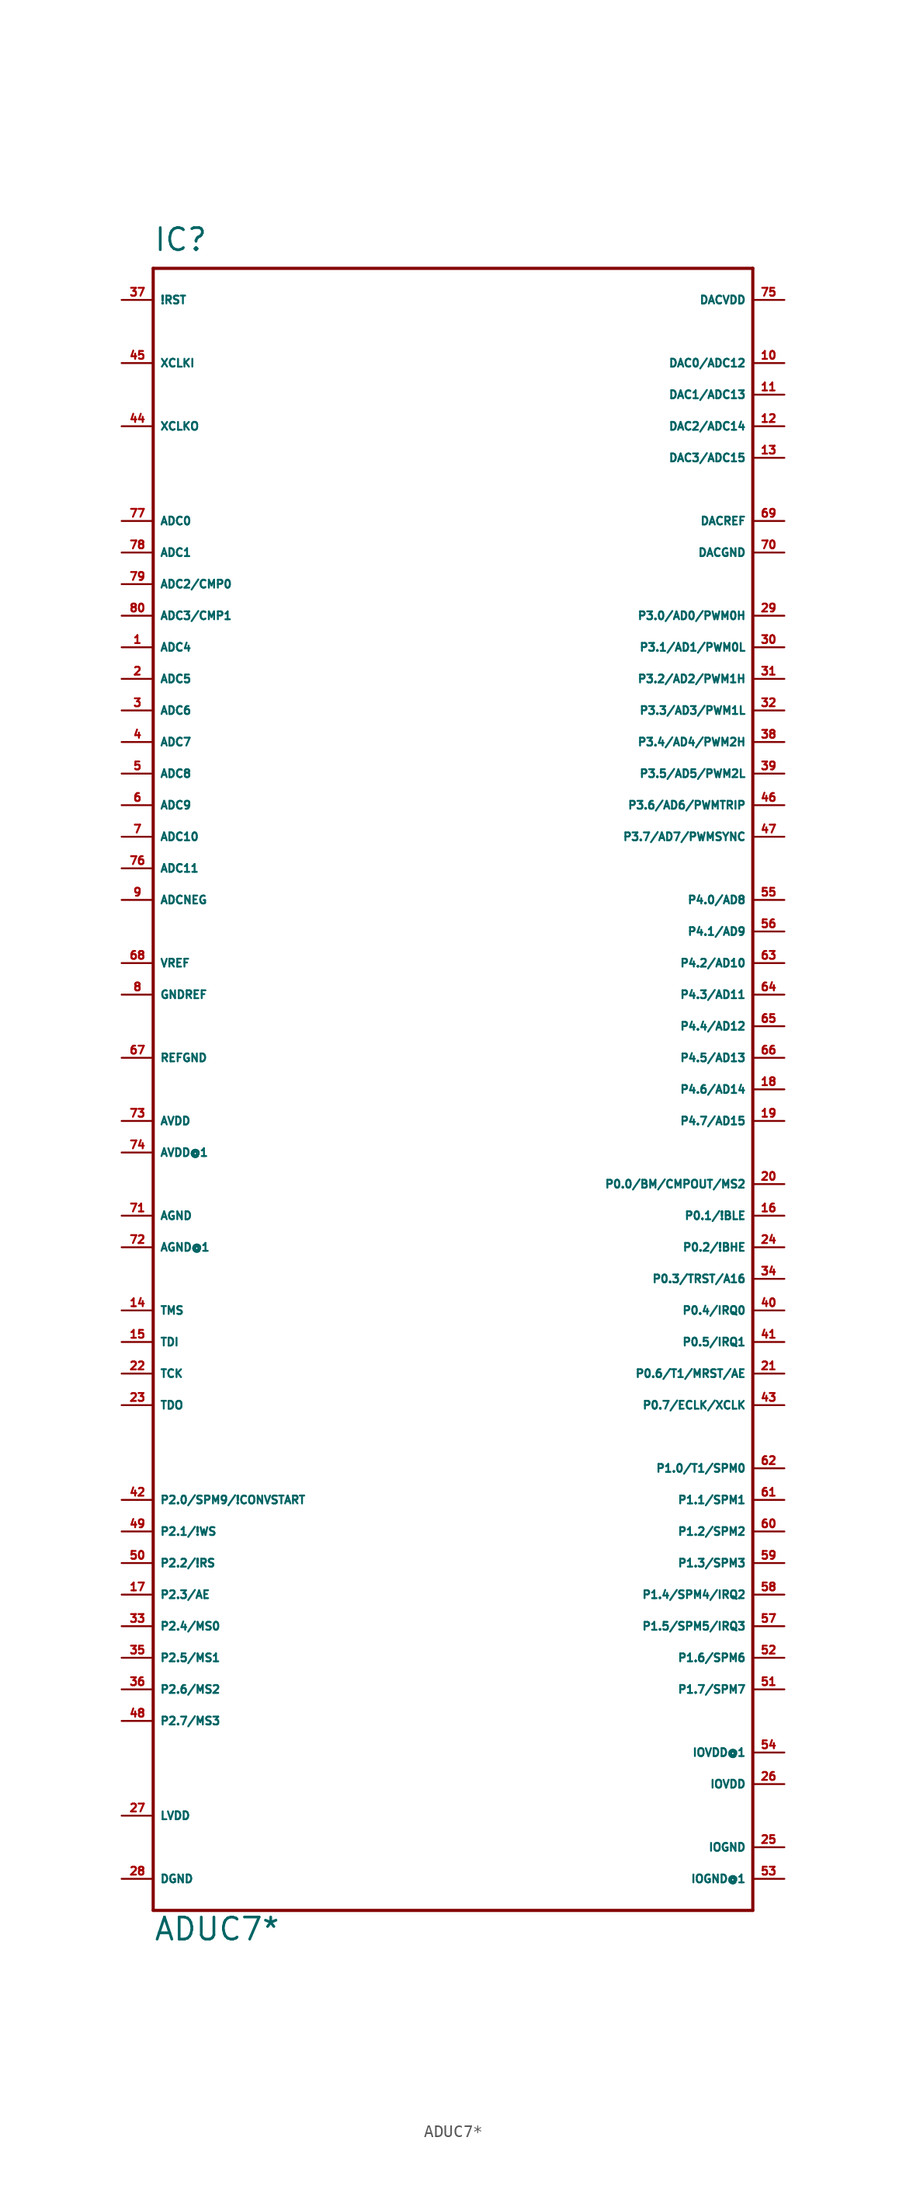
<source format=kicad_sym>
(kicad_symbol_lib
  (version 20220914)
  (generator Eagle2Kicad)
  (symbol "ADUC7*"
    (property "Reference" "IC"
      (at -25.4 67.31 0)
      (effects (font (size 1.778 1.778) (thickness 0.22)) (justify left bottom)))
    (property "Value" "ADUC7*"
      (at -25.4 -68.58 0)
      (effects (font (size 1.778 1.778) (thickness 0.22)) (justify left bottom)))
    (polyline
      (pts (xy -25.4 66.04) (xy 22.86 66.04))
      (stroke (width 0.254) (type default))
      (fill (type none)))
    (polyline
      (pts (xy 22.86 66.04) (xy 22.86 -66.04))
      (stroke (width 0.254) (type default))
      (fill (type none)))
    (polyline
      (pts (xy 22.86 -66.04) (xy -25.4 -66.04))
      (stroke (width 0.254) (type default))
      (fill (type none)))
    (polyline
      (pts (xy -25.4 -66.04) (xy -25.4 66.04))
      (stroke (width 0.254) (type default))
      (fill (type none)))
    (pin input line
      (at -27.94 45.72 0)
      (length 2.54)
      (name "ADC0" (effects (font (size 0.635 0.635) (thickness 0.08)) (justify left bottom)))
      (number "77" (effects (font (size 0.635 0.635) (thickness 0.08)) (justify left bottom))))
    (pin input line
      (at -27.94 43.18 0)
      (length 2.54)
      (name "ADC1" (effects (font (size 0.635 0.635) (thickness 0.08)) (justify left bottom)))
      (number "78" (effects (font (size 0.635 0.635) (thickness 0.08)) (justify left bottom))))
    (pin input line
      (at -27.94 40.64 0)
      (length 2.54)
      (name "ADC2/CMP0" (effects (font (size 0.635 0.635) (thickness 0.08)) (justify left bottom)))
      (number "79" (effects (font (size 0.635 0.635) (thickness 0.08)) (justify left bottom))))
    (pin input line
      (at -27.94 38.1 0)
      (length 2.54)
      (name "ADC3/CMP1" (effects (font (size 0.635 0.635) (thickness 0.08)) (justify left bottom)))
      (number "80" (effects (font (size 0.635 0.635) (thickness 0.08)) (justify left bottom))))
    (pin input line
      (at -27.94 35.56 0)
      (length 2.54)
      (name "ADC4" (effects (font (size 0.635 0.635) (thickness 0.08)) (justify left bottom)))
      (number "1" (effects (font (size 0.635 0.635) (thickness 0.08)) (justify left bottom))))
    (pin input line
      (at -27.94 33.02 0)
      (length 2.54)
      (name "ADC5" (effects (font (size 0.635 0.635) (thickness 0.08)) (justify left bottom)))
      (number "2" (effects (font (size 0.635 0.635) (thickness 0.08)) (justify left bottom))))
    (pin input line
      (at -27.94 30.48 0)
      (length 2.54)
      (name "ADC6" (effects (font (size 0.635 0.635) (thickness 0.08)) (justify left bottom)))
      (number "3" (effects (font (size 0.635 0.635) (thickness 0.08)) (justify left bottom))))
    (pin input line
      (at -27.94 27.94 0)
      (length 2.54)
      (name "ADC7" (effects (font (size 0.635 0.635) (thickness 0.08)) (justify left bottom)))
      (number "4" (effects (font (size 0.635 0.635) (thickness 0.08)) (justify left bottom))))
    (pin input line
      (at -27.94 25.4 0)
      (length 2.54)
      (name "ADC8" (effects (font (size 0.635 0.635) (thickness 0.08)) (justify left bottom)))
      (number "5" (effects (font (size 0.635 0.635) (thickness 0.08)) (justify left bottom))))
    (pin input line
      (at -27.94 22.86 0)
      (length 2.54)
      (name "ADC9" (effects (font (size 0.635 0.635) (thickness 0.08)) (justify left bottom)))
      (number "6" (effects (font (size 0.635 0.635) (thickness 0.08)) (justify left bottom))))
    (pin input line
      (at -27.94 20.32 0)
      (length 2.54)
      (name "ADC10" (effects (font (size 0.635 0.635) (thickness 0.08)) (justify left bottom)))
      (number "7" (effects (font (size 0.635 0.635) (thickness 0.08)) (justify left bottom))))
    (pin input line
      (at -27.94 17.78 0)
      (length 2.54)
      (name "ADC11" (effects (font (size 0.635 0.635) (thickness 0.08)) (justify left bottom)))
      (number "76" (effects (font (size 0.635 0.635) (thickness 0.08)) (justify left bottom))))
    (pin passive line
      (at -27.94 10.16 0)
      (length 2.54)
      (name "VREF" (effects (font (size 0.635 0.635) (thickness 0.08)) (justify left bottom)))
      (number "68" (effects (font (size 0.635 0.635) (thickness 0.08)) (justify left bottom))))
    (pin input line
      (at -27.94 63.5 0)
      (length 2.54)
      (name "!RST" (effects (font (size 0.635 0.635) (thickness 0.08)) (justify left bottom)))
      (number "37" (effects (font (size 0.635 0.635) (thickness 0.08)) (justify left bottom))))
    (pin input line
      (at -27.94 58.42 0)
      (length 2.54)
      (name "XCLKI" (effects (font (size 0.635 0.635) (thickness 0.08)) (justify left bottom)))
      (number "45" (effects (font (size 0.635 0.635) (thickness 0.08)) (justify left bottom))))
    (pin output line
      (at -27.94 53.34 0)
      (length 2.54)
      (name "XCLKO" (effects (font (size 0.635 0.635) (thickness 0.08)) (justify left bottom)))
      (number "44" (effects (font (size 0.635 0.635) (thickness 0.08)) (justify left bottom))))
    (pin input line
      (at 25.4 58.42 180)
      (length 2.54)
      (name "DAC0/ADC12" (effects (font (size 0.635 0.635) (thickness 0.08)) (justify left bottom)))
      (number "10" (effects (font (size 0.635 0.635) (thickness 0.08)) (justify left bottom))))
    (pin input line
      (at 25.4 55.88 180)
      (length 2.54)
      (name "DAC1/ADC13" (effects (font (size 0.635 0.635) (thickness 0.08)) (justify left bottom)))
      (number "11" (effects (font (size 0.635 0.635) (thickness 0.08)) (justify left bottom))))
    (pin input line
      (at 25.4 53.34 180)
      (length 2.54)
      (name "DAC2/ADC14" (effects (font (size 0.635 0.635) (thickness 0.08)) (justify left bottom)))
      (number "12" (effects (font (size 0.635 0.635) (thickness 0.08)) (justify left bottom))))
    (pin input line
      (at 25.4 50.8 180)
      (length 2.54)
      (name "DAC3/ADC15" (effects (font (size 0.635 0.635) (thickness 0.08)) (justify left bottom)))
      (number "13" (effects (font (size 0.635 0.635) (thickness 0.08)) (justify left bottom))))
    (pin output line
      (at 25.4 38.1 180)
      (length 2.54)
      (name "P3.0/AD0/PWM0H" (effects (font (size 0.635 0.635) (thickness 0.08)) (justify left bottom)))
      (number "29" (effects (font (size 0.635 0.635) (thickness 0.08)) (justify left bottom))))
    (pin output line
      (at 25.4 35.56 180)
      (length 2.54)
      (name "P3.1/AD1/PWM0L" (effects (font (size 0.635 0.635) (thickness 0.08)) (justify left bottom)))
      (number "30" (effects (font (size 0.635 0.635) (thickness 0.08)) (justify left bottom))))
    (pin output line
      (at 25.4 33.02 180)
      (length 2.54)
      (name "P3.2/AD2/PWM1H" (effects (font (size 0.635 0.635) (thickness 0.08)) (justify left bottom)))
      (number "31" (effects (font (size 0.635 0.635) (thickness 0.08)) (justify left bottom))))
    (pin output line
      (at 25.4 30.48 180)
      (length 2.54)
      (name "P3.3/AD3/PWM1L" (effects (font (size 0.635 0.635) (thickness 0.08)) (justify left bottom)))
      (number "32" (effects (font (size 0.635 0.635) (thickness 0.08)) (justify left bottom))))
    (pin output line
      (at 25.4 27.94 180)
      (length 2.54)
      (name "P3.4/AD4/PWM2H" (effects (font (size 0.635 0.635) (thickness 0.08)) (justify left bottom)))
      (number "38" (effects (font (size 0.635 0.635) (thickness 0.08)) (justify left bottom))))
    (pin output line
      (at 25.4 25.4 180)
      (length 2.54)
      (name "P3.5/AD5/PWM2L" (effects (font (size 0.635 0.635) (thickness 0.08)) (justify left bottom)))
      (number "39" (effects (font (size 0.635 0.635) (thickness 0.08)) (justify left bottom))))
    (pin input line
      (at -27.94 7.62 0)
      (length 2.54)
      (name "GNDREF" (effects (font (size 0.635 0.635) (thickness 0.08)) (justify left bottom)))
      (number "8" (effects (font (size 0.635 0.635) (thickness 0.08)) (justify left bottom))))
    (pin input line
      (at -27.94 2.54 0)
      (length 2.54)
      (name "REFGND" (effects (font (size 0.635 0.635) (thickness 0.08)) (justify left bottom)))
      (number "67" (effects (font (size 0.635 0.635) (thickness 0.08)) (justify left bottom))))
    (pin unspecified line
      (at -27.94 -10.16 0)
      (length 2.54)
      (name "AGND" (effects (font (size 0.635 0.635) (thickness 0.08)) (justify left bottom)))
      (number "71" (effects (font (size 0.635 0.635) (thickness 0.08)) (justify left bottom))))
    (pin unspecified line
      (at -27.94 -12.7 0)
      (length 2.54)
      (name "AGND@1" (effects (font (size 0.635 0.635) (thickness 0.08)) (justify left bottom)))
      (number "72" (effects (font (size 0.635 0.635) (thickness 0.08)) (justify left bottom))))
    (pin unspecified line
      (at -27.94 -2.54 0)
      (length 2.54)
      (name "AVDD" (effects (font (size 0.635 0.635) (thickness 0.08)) (justify left bottom)))
      (number "73" (effects (font (size 0.635 0.635) (thickness 0.08)) (justify left bottom))))
    (pin unspecified line
      (at -27.94 -5.08 0)
      (length 2.54)
      (name "AVDD@1" (effects (font (size 0.635 0.635) (thickness 0.08)) (justify left bottom)))
      (number "74" (effects (font (size 0.635 0.635) (thickness 0.08)) (justify left bottom))))
    (pin unspecified line
      (at 25.4 -60.96 180)
      (length 2.54)
      (name "IOGND" (effects (font (size 0.635 0.635) (thickness 0.08)) (justify left bottom)))
      (number "25" (effects (font (size 0.635 0.635) (thickness 0.08)) (justify left bottom))))
    (pin unspecified line
      (at 25.4 -55.88 180)
      (length 2.54)
      (name "IOVDD" (effects (font (size 0.635 0.635) (thickness 0.08)) (justify left bottom)))
      (number "26" (effects (font (size 0.635 0.635) (thickness 0.08)) (justify left bottom))))
    (pin unspecified line
      (at 25.4 -53.34 180)
      (length 2.54)
      (name "IOVDD@1" (effects (font (size 0.635 0.635) (thickness 0.08)) (justify left bottom)))
      (number "54" (effects (font (size 0.635 0.635) (thickness 0.08)) (justify left bottom))))
    (pin unspecified line
      (at 25.4 -63.5 180)
      (length 2.54)
      (name "IOGND@1" (effects (font (size 0.635 0.635) (thickness 0.08)) (justify left bottom)))
      (number "53" (effects (font (size 0.635 0.635) (thickness 0.08)) (justify left bottom))))
    (pin unspecified line
      (at -27.94 -63.5 0)
      (length 2.54)
      (name "DGND" (effects (font (size 0.635 0.635) (thickness 0.08)) (justify left bottom)))
      (number "28" (effects (font (size 0.635 0.635) (thickness 0.08)) (justify left bottom))))
    (pin output line
      (at -27.94 -58.42 0)
      (length 2.54)
      (name "LVDD" (effects (font (size 0.635 0.635) (thickness 0.08)) (justify left bottom)))
      (number "27" (effects (font (size 0.635 0.635) (thickness 0.08)) (justify left bottom))))
    (pin unspecified line
      (at 25.4 63.5 180)
      (length 2.54)
      (name "DACVDD" (effects (font (size 0.635 0.635) (thickness 0.08)) (justify left bottom)))
      (number "75" (effects (font (size 0.635 0.635) (thickness 0.08)) (justify left bottom))))
    (pin unspecified line
      (at 25.4 43.18 180)
      (length 2.54)
      (name "DACGND" (effects (font (size 0.635 0.635) (thickness 0.08)) (justify left bottom)))
      (number "70" (effects (font (size 0.635 0.635) (thickness 0.08)) (justify left bottom))))
    (pin input line
      (at 25.4 45.72 180)
      (length 2.54)
      (name "DACREF" (effects (font (size 0.635 0.635) (thickness 0.08)) (justify left bottom)))
      (number "69" (effects (font (size 0.635 0.635) (thickness 0.08)) (justify left bottom))))
    (pin output line
      (at 25.4 22.86 180)
      (length 2.54)
      (name "P3.6/AD6/PWMTRIP" (effects (font (size 0.635 0.635) (thickness 0.08)) (justify left bottom)))
      (number "46" (effects (font (size 0.635 0.635) (thickness 0.08)) (justify left bottom))))
    (pin output line
      (at 25.4 20.32 180)
      (length 2.54)
      (name "P3.7/AD7/PWMSYNC" (effects (font (size 0.635 0.635) (thickness 0.08)) (justify left bottom)))
      (number "47" (effects (font (size 0.635 0.635) (thickness 0.08)) (justify left bottom))))
    (pin bidirectional line
      (at 25.4 -25.4 180)
      (length 2.54)
      (name "P0.7/ECLK/XCLK" (effects (font (size 0.635 0.635) (thickness 0.08)) (justify left bottom)))
      (number "43" (effects (font (size 0.635 0.635) (thickness 0.08)) (justify left bottom))))
    (pin bidirectional line
      (at 25.4 -17.78 180)
      (length 2.54)
      (name "P0.4/IRQ0" (effects (font (size 0.635 0.635) (thickness 0.08)) (justify left bottom)))
      (number "40" (effects (font (size 0.635 0.635) (thickness 0.08)) (justify left bottom))))
    (pin bidirectional line
      (at 25.4 -20.32 180)
      (length 2.54)
      (name "P0.5/IRQ1" (effects (font (size 0.635 0.635) (thickness 0.08)) (justify left bottom)))
      (number "41" (effects (font (size 0.635 0.635) (thickness 0.08)) (justify left bottom))))
    (pin bidirectional line
      (at 25.4 -10.16 180)
      (length 2.54)
      (name "P0.1/!BLE" (effects (font (size 0.635 0.635) (thickness 0.08)) (justify left bottom)))
      (number "16" (effects (font (size 0.635 0.635) (thickness 0.08)) (justify left bottom))))
    (pin bidirectional line
      (at 25.4 -12.7 180)
      (length 2.54)
      (name "P0.2/!BHE" (effects (font (size 0.635 0.635) (thickness 0.08)) (justify left bottom)))
      (number "24" (effects (font (size 0.635 0.635) (thickness 0.08)) (justify left bottom))))
    (pin bidirectional line
      (at 25.4 -15.24 180)
      (length 2.54)
      (name "P0.3/TRST/A16" (effects (font (size 0.635 0.635) (thickness 0.08)) (justify left bottom)))
      (number "34" (effects (font (size 0.635 0.635) (thickness 0.08)) (justify left bottom))))
    (pin bidirectional line
      (at 25.4 -22.86 180)
      (length 2.54)
      (name "P0.6/T1/MRST/AE" (effects (font (size 0.635 0.635) (thickness 0.08)) (justify left bottom)))
      (number "21" (effects (font (size 0.635 0.635) (thickness 0.08)) (justify left bottom))))
    (pin bidirectional line
      (at 25.4 -7.62 180)
      (length 2.54)
      (name "P0.0/BM/CMPOUT/MS2" (effects (font (size 0.635 0.635) (thickness 0.08)) (justify left bottom)))
      (number "20" (effects (font (size 0.635 0.635) (thickness 0.08)) (justify left bottom))))
    (pin bidirectional line
      (at -27.94 -33.02 0)
      (length 2.54)
      (name "P2.0/SPM9/!CONVSTART" (effects (font (size 0.635 0.635) (thickness 0.08)) (justify left bottom)))
      (number "42" (effects (font (size 0.635 0.635) (thickness 0.08)) (justify left bottom))))
    (pin bidirectional line
      (at -27.94 -35.56 0)
      (length 2.54)
      (name "P2.1/!WS" (effects (font (size 0.635 0.635) (thickness 0.08)) (justify left bottom)))
      (number "49" (effects (font (size 0.635 0.635) (thickness 0.08)) (justify left bottom))))
    (pin bidirectional line
      (at -27.94 -38.1 0)
      (length 2.54)
      (name "P2.2/!RS" (effects (font (size 0.635 0.635) (thickness 0.08)) (justify left bottom)))
      (number "50" (effects (font (size 0.635 0.635) (thickness 0.08)) (justify left bottom))))
    (pin bidirectional line
      (at -27.94 -40.64 0)
      (length 2.54)
      (name "P2.3/AE" (effects (font (size 0.635 0.635) (thickness 0.08)) (justify left bottom)))
      (number "17" (effects (font (size 0.635 0.635) (thickness 0.08)) (justify left bottom))))
    (pin bidirectional line
      (at -27.94 -43.18 0)
      (length 2.54)
      (name "P2.4/MS0" (effects (font (size 0.635 0.635) (thickness 0.08)) (justify left bottom)))
      (number "33" (effects (font (size 0.635 0.635) (thickness 0.08)) (justify left bottom))))
    (pin bidirectional line
      (at -27.94 -45.72 0)
      (length 2.54)
      (name "P2.5/MS1" (effects (font (size 0.635 0.635) (thickness 0.08)) (justify left bottom)))
      (number "35" (effects (font (size 0.635 0.635) (thickness 0.08)) (justify left bottom))))
    (pin bidirectional line
      (at -27.94 -48.26 0)
      (length 2.54)
      (name "P2.6/MS2" (effects (font (size 0.635 0.635) (thickness 0.08)) (justify left bottom)))
      (number "36" (effects (font (size 0.635 0.635) (thickness 0.08)) (justify left bottom))))
    (pin bidirectional line
      (at -27.94 -50.8 0)
      (length 2.54)
      (name "P2.7/MS3" (effects (font (size 0.635 0.635) (thickness 0.08)) (justify left bottom)))
      (number "48" (effects (font (size 0.635 0.635) (thickness 0.08)) (justify left bottom))))
    (pin bidirectional line
      (at 25.4 15.24 180)
      (length 2.54)
      (name "P4.0/AD8" (effects (font (size 0.635 0.635) (thickness 0.08)) (justify left bottom)))
      (number "55" (effects (font (size 0.635 0.635) (thickness 0.08)) (justify left bottom))))
    (pin bidirectional line
      (at 25.4 12.7 180)
      (length 2.54)
      (name "P4.1/AD9" (effects (font (size 0.635 0.635) (thickness 0.08)) (justify left bottom)))
      (number "56" (effects (font (size 0.635 0.635) (thickness 0.08)) (justify left bottom))))
    (pin bidirectional line
      (at 25.4 10.16 180)
      (length 2.54)
      (name "P4.2/AD10" (effects (font (size 0.635 0.635) (thickness 0.08)) (justify left bottom)))
      (number "63" (effects (font (size 0.635 0.635) (thickness 0.08)) (justify left bottom))))
    (pin bidirectional line
      (at 25.4 7.62 180)
      (length 2.54)
      (name "P4.3/AD11" (effects (font (size 0.635 0.635) (thickness 0.08)) (justify left bottom)))
      (number "64" (effects (font (size 0.635 0.635) (thickness 0.08)) (justify left bottom))))
    (pin bidirectional line
      (at 25.4 5.08 180)
      (length 2.54)
      (name "P4.4/AD12" (effects (font (size 0.635 0.635) (thickness 0.08)) (justify left bottom)))
      (number "65" (effects (font (size 0.635 0.635) (thickness 0.08)) (justify left bottom))))
    (pin bidirectional line
      (at 25.4 2.54 180)
      (length 2.54)
      (name "P4.5/AD13" (effects (font (size 0.635 0.635) (thickness 0.08)) (justify left bottom)))
      (number "66" (effects (font (size 0.635 0.635) (thickness 0.08)) (justify left bottom))))
    (pin bidirectional line
      (at 25.4 0 180)
      (length 2.54)
      (name "P4.6/AD14" (effects (font (size 0.635 0.635) (thickness 0.08)) (justify left bottom)))
      (number "18" (effects (font (size 0.635 0.635) (thickness 0.08)) (justify left bottom))))
    (pin bidirectional line
      (at 25.4 -2.54 180)
      (length 2.54)
      (name "P4.7/AD15" (effects (font (size 0.635 0.635) (thickness 0.08)) (justify left bottom)))
      (number "19" (effects (font (size 0.635 0.635) (thickness 0.08)) (justify left bottom))))
    (pin bidirectional line
      (at 25.4 -30.48 180)
      (length 2.54)
      (name "P1.0/T1/SPM0" (effects (font (size 0.635 0.635) (thickness 0.08)) (justify left bottom)))
      (number "62" (effects (font (size 0.635 0.635) (thickness 0.08)) (justify left bottom))))
    (pin bidirectional line
      (at 25.4 -33.02 180)
      (length 2.54)
      (name "P1.1/SPM1" (effects (font (size 0.635 0.635) (thickness 0.08)) (justify left bottom)))
      (number "61" (effects (font (size 0.635 0.635) (thickness 0.08)) (justify left bottom))))
    (pin bidirectional line
      (at 25.4 -35.56 180)
      (length 2.54)
      (name "P1.2/SPM2" (effects (font (size 0.635 0.635) (thickness 0.08)) (justify left bottom)))
      (number "60" (effects (font (size 0.635 0.635) (thickness 0.08)) (justify left bottom))))
    (pin bidirectional line
      (at 25.4 -38.1 180)
      (length 2.54)
      (name "P1.3/SPM3" (effects (font (size 0.635 0.635) (thickness 0.08)) (justify left bottom)))
      (number "59" (effects (font (size 0.635 0.635) (thickness 0.08)) (justify left bottom))))
    (pin bidirectional line
      (at 25.4 -40.64 180)
      (length 2.54)
      (name "P1.4/SPM4/IRQ2" (effects (font (size 0.635 0.635) (thickness 0.08)) (justify left bottom)))
      (number "58" (effects (font (size 0.635 0.635) (thickness 0.08)) (justify left bottom))))
    (pin bidirectional line
      (at 25.4 -43.18 180)
      (length 2.54)
      (name "P1.5/SPM5/IRQ3" (effects (font (size 0.635 0.635) (thickness 0.08)) (justify left bottom)))
      (number "57" (effects (font (size 0.635 0.635) (thickness 0.08)) (justify left bottom))))
    (pin bidirectional line
      (at 25.4 -45.72 180)
      (length 2.54)
      (name "P1.6/SPM6" (effects (font (size 0.635 0.635) (thickness 0.08)) (justify left bottom)))
      (number "52" (effects (font (size 0.635 0.635) (thickness 0.08)) (justify left bottom))))
    (pin bidirectional line
      (at 25.4 -48.26 180)
      (length 2.54)
      (name "P1.7/SPM7" (effects (font (size 0.635 0.635) (thickness 0.08)) (justify left bottom)))
      (number "51" (effects (font (size 0.635 0.635) (thickness 0.08)) (justify left bottom))))
    (pin input line
      (at -27.94 15.24 0)
      (length 2.54)
      (name "ADCNEG" (effects (font (size 0.635 0.635) (thickness 0.08)) (justify left bottom)))
      (number "9" (effects (font (size 0.635 0.635) (thickness 0.08)) (justify left bottom))))
    (pin input line
      (at -27.94 -17.78 0)
      (length 2.54)
      (name "TMS" (effects (font (size 0.635 0.635) (thickness 0.08)) (justify left bottom)))
      (number "14" (effects (font (size 0.635 0.635) (thickness 0.08)) (justify left bottom))))
    (pin input line
      (at -27.94 -20.32 0)
      (length 2.54)
      (name "TDI" (effects (font (size 0.635 0.635) (thickness 0.08)) (justify left bottom)))
      (number "15" (effects (font (size 0.635 0.635) (thickness 0.08)) (justify left bottom))))
    (pin input line
      (at -27.94 -22.86 0)
      (length 2.54)
      (name "TCK" (effects (font (size 0.635 0.635) (thickness 0.08)) (justify left bottom)))
      (number "22" (effects (font (size 0.635 0.635) (thickness 0.08)) (justify left bottom))))
    (pin output line
      (at -27.94 -25.4 0)
      (length 2.54)
      (name "TDO" (effects (font (size 0.635 0.635) (thickness 0.08)) (justify left bottom)))
      (number "23" (effects (font (size 0.635 0.635) (thickness 0.08)) (justify left bottom))))))
</source>
